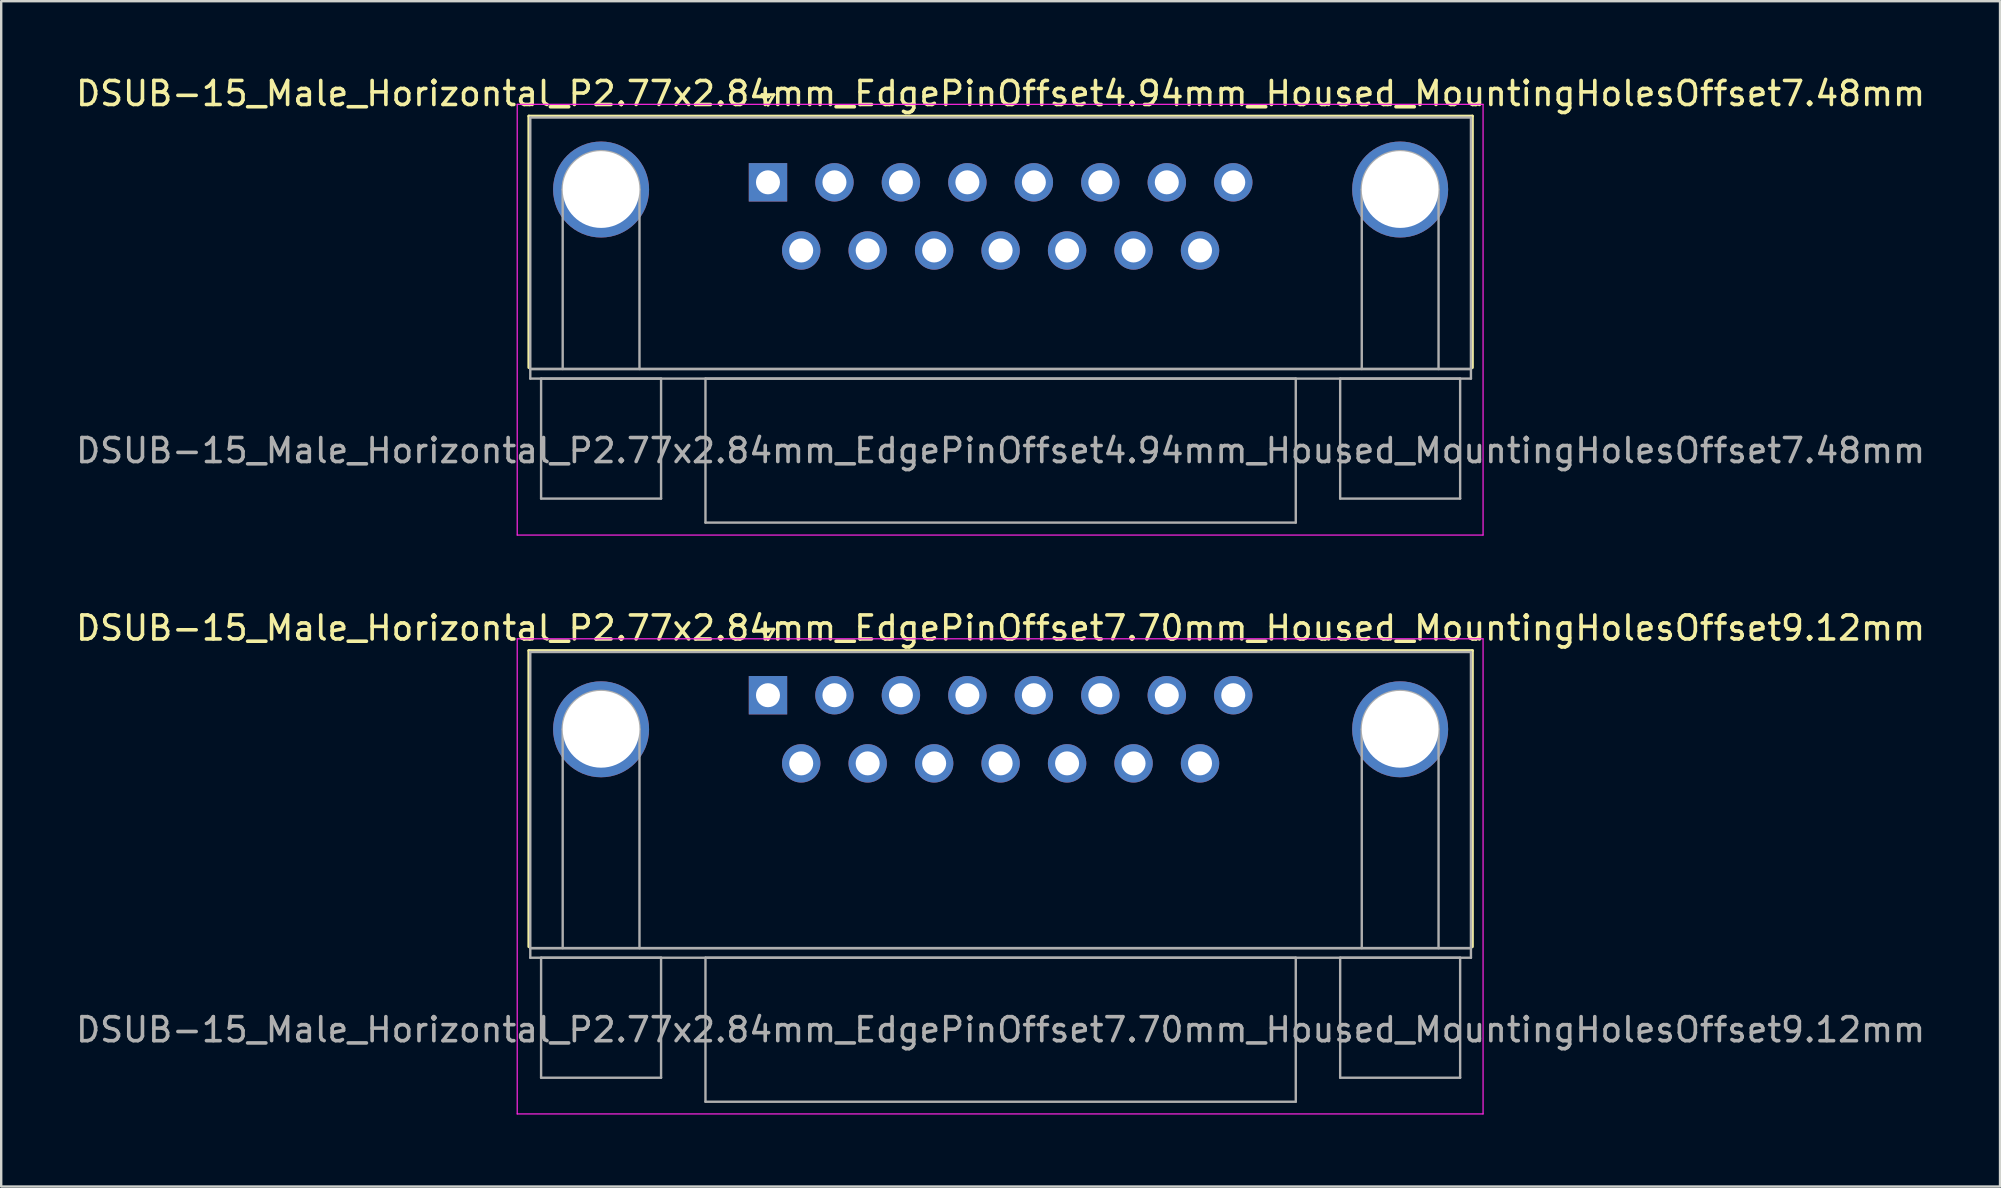
<source format=kicad_pcb>
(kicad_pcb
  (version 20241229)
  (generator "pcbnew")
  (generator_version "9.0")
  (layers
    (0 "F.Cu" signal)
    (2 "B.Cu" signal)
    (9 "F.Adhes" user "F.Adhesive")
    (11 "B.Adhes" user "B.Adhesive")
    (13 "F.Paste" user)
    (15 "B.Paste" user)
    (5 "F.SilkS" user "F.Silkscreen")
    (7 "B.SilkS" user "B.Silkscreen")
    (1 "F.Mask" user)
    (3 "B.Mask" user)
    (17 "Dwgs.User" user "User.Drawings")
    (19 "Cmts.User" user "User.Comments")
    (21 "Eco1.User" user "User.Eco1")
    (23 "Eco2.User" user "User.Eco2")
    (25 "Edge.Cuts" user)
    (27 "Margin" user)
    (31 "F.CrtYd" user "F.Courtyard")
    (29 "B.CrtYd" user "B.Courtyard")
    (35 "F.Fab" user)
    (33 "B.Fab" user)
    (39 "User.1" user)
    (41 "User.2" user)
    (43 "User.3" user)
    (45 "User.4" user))
  (footprint "DSUB-15_Male_Horizontal_P2.77x2.84mm_EdgePinOffset7.70mm_Housed_MountingHolesOffset9.12mm"
    (layer "F.Cu")
    (at 28.954 25.922)
    (property "Reference" "DSUB-15_Male_Horizontal_P2.77x2.84mm_EdgePinOffset7.70mm_Housed_MountingHolesOffset9.12mm" (at 9.695 -2.8 0) (layer "F.SilkS") (effects (font (size 1 1) (thickness 0.15))))
    (attr through_hole)
    (fp_line (start -9.965 -1.86) (end 29.355 -1.86) (stroke (width 0.12) (type solid)) (layer "F.SilkS"))
    (fp_line (start -9.965 10.48) (end -9.965 -1.86) (stroke (width 0.12) (type solid)) (layer "F.SilkS"))
    (fp_line (start -0.25 -2.754) (end 0.25 -2.754) (stroke (width 0.12) (type solid)) (layer "F.SilkS"))
    (fp_line (start 0 -2.321) (end -0.25 -2.754) (stroke (width 0.12) (type solid)) (layer "F.SilkS"))
    (fp_line (start 0.25 -2.754) (end 0 -2.321) (stroke (width 0.12) (type solid)) (layer "F.SilkS"))
    (fp_line (start 29.355 -1.86) (end 29.355 10.48) (stroke (width 0.12) (type solid)) (layer "F.SilkS"))
    (fp_line (start -10.45 -2.35) (end -10.45 17.45) (stroke (width 0.05) (type solid)) (layer "F.CrtYd"))
    (fp_line (start -10.45 17.45) (end 29.8 17.45) (stroke (width 0.05) (type solid)) (layer "F.CrtYd"))
    (fp_line (start 29.8 -2.35) (end -10.45 -2.35) (stroke (width 0.05) (type solid)) (layer "F.CrtYd"))
    (fp_line (start 29.8 17.45) (end 29.8 -2.35) (stroke (width 0.05) (type solid)) (layer "F.CrtYd"))
    (fp_line (start -9.905 -1.8) (end -9.905 10.54) (stroke (width 0.1) (type solid)) (layer "F.Fab"))
    (fp_line (start -9.905 10.54) (end -9.905 10.94) (stroke (width 0.1) (type solid)) (layer "F.Fab"))
    (fp_line (start -9.905 10.54) (end 29.295 10.54) (stroke (width 0.1) (type solid)) (layer "F.Fab"))
    (fp_line (start -9.905 10.94) (end 29.295 10.94) (stroke (width 0.1) (type solid)) (layer "F.Fab"))
    (fp_line (start -9.455 10.94) (end -9.455 15.94) (stroke (width 0.1) (type solid)) (layer "F.Fab"))
    (fp_line (start -9.455 15.94) (end -4.455 15.94) (stroke (width 0.1) (type solid)) (layer "F.Fab"))
    (fp_line (start -8.555 10.54) (end -8.555 1.42) (stroke (width 0.1) (type solid)) (layer "F.Fab"))
    (fp_line (start -5.355 10.54) (end -5.355 1.42) (stroke (width 0.1) (type solid)) (layer "F.Fab"))
    (fp_line (start -4.455 10.94) (end -9.455 10.94) (stroke (width 0.1) (type solid)) (layer "F.Fab"))
    (fp_line (start -4.455 15.94) (end -4.455 10.94) (stroke (width 0.1) (type solid)) (layer "F.Fab"))
    (fp_line (start -2.605 10.94) (end -2.605 16.94) (stroke (width 0.1) (type solid)) (layer "F.Fab"))
    (fp_line (start -2.605 16.94) (end 21.995 16.94) (stroke (width 0.1) (type solid)) (layer "F.Fab"))
    (fp_line (start 21.995 10.94) (end -2.605 10.94) (stroke (width 0.1) (type solid)) (layer "F.Fab"))
    (fp_line (start 21.995 16.94) (end 21.995 10.94) (stroke (width 0.1) (type solid)) (layer "F.Fab"))
    (fp_line (start 23.845 10.94) (end 23.845 15.94) (stroke (width 0.1) (type solid)) (layer "F.Fab"))
    (fp_line (start 23.845 15.94) (end 28.845 15.94) (stroke (width 0.1) (type solid)) (layer "F.Fab"))
    (fp_line (start 24.745 10.54) (end 24.745 1.42) (stroke (width 0.1) (type solid)) (layer "F.Fab"))
    (fp_line (start 27.945 10.54) (end 27.945 1.42) (stroke (width 0.1) (type solid)) (layer "F.Fab"))
    (fp_line (start 28.845 10.94) (end 23.845 10.94) (stroke (width 0.1) (type solid)) (layer "F.Fab"))
    (fp_line (start 28.845 15.94) (end 28.845 10.94) (stroke (width 0.1) (type solid)) (layer "F.Fab"))
    (fp_line (start 29.295 -1.8) (end -9.905 -1.8) (stroke (width 0.1) (type solid)) (layer "F.Fab"))
    (fp_line (start 29.295 10.54) (end -9.905 10.54) (stroke (width 0.1) (type solid)) (layer "F.Fab"))
    (fp_line (start 29.295 10.54) (end 29.295 -1.8) (stroke (width 0.1) (type solid)) (layer "F.Fab"))
    (fp_line (start 29.295 10.94) (end 29.295 10.54) (stroke (width 0.1) (type solid)) (layer "F.Fab"))
    (fp_arc (start -8.555 1.42) (mid -6.955 -0.18) (end -5.355 1.42) (stroke (width 0.1) (type solid)) (layer "F.Fab"))
    (fp_arc (start 24.745 1.42) (mid 26.345 -0.18) (end 27.945 1.42) (stroke (width 0.1) (type solid)) (layer "F.Fab"))
    (fp_text user "${REFERENCE}" (at 9.695 13.94 0) (layer "F.Fab") (effects (font (size 1 1) (thickness 0.15))))
    (pad "0" thru_hole circle (at -6.955 1.42) (size 4 4) (drill 3.2) (layers "*.Cu" "*.Mask"))
    (pad "0" thru_hole circle (at 26.345 1.42) (size 4 4) (drill 3.2) (layers "*.Cu" "*.Mask"))
    (pad "1" thru_hole rect (at 0 0) (size 1.6 1.6) (drill 1) (layers "*.Cu" "*.Mask"))
    (pad "2" thru_hole circle (at 2.77 0) (size 1.6 1.6) (drill 1) (layers "*.Cu" "*.Mask"))
    (pad "3" thru_hole circle (at 5.54 0) (size 1.6 1.6) (drill 1) (layers "*.Cu" "*.Mask"))
    (pad "4" thru_hole circle (at 8.31 0) (size 1.6 1.6) (drill 1) (layers "*.Cu" "*.Mask"))
    (pad "5" thru_hole circle (at 11.08 0) (size 1.6 1.6) (drill 1) (layers "*.Cu" "*.Mask"))
    (pad "6" thru_hole circle (at 13.85 0) (size 1.6 1.6) (drill 1) (layers "*.Cu" "*.Mask"))
    (pad "7" thru_hole circle (at 16.62 0) (size 1.6 1.6) (drill 1) (layers "*.Cu" "*.Mask"))
    (pad "8" thru_hole circle (at 19.39 0) (size 1.6 1.6) (drill 1) (layers "*.Cu" "*.Mask"))
    (pad "9" thru_hole circle (at 1.385 2.84) (size 1.6 1.6) (drill 1) (layers "*.Cu" "*.Mask"))
    (pad "10" thru_hole circle (at 4.155 2.84) (size 1.6 1.6) (drill 1) (layers "*.Cu" "*.Mask"))
    (pad "11" thru_hole circle (at 6.925 2.84) (size 1.6 1.6) (drill 1) (layers "*.Cu" "*.Mask"))
    (pad "12" thru_hole circle (at 9.695 2.84) (size 1.6 1.6) (drill 1) (layers "*.Cu" "*.Mask"))
    (pad "13" thru_hole circle (at 12.465 2.84) (size 1.6 1.6) (drill 1) (layers "*.Cu" "*.Mask"))
    (pad "14" thru_hole circle (at 15.235 2.84) (size 1.6 1.6) (drill 1) (layers "*.Cu" "*.Mask"))
    (pad "15" thru_hole circle (at 18.005 2.84) (size 1.6 1.6) (drill 1) (layers "*.Cu" "*.Mask")))
  (footprint "DSUB-15_Male_Horizontal_P2.77x2.84mm_EdgePinOffset4.94mm_Housed_MountingHolesOffset7.48mm"
    (layer "F.Cu")
    (at 28.954 4.548)
    (property "Reference" "DSUB-15_Male_Horizontal_P2.77x2.84mm_EdgePinOffset4.94mm_Housed_MountingHolesOffset7.48mm" (at 9.695 -3.7 0) (layer "F.SilkS") (effects (font (size 1 1) (thickness 0.15))))
    (attr through_hole)
    (fp_line (start -9.965 -2.76) (end 29.355 -2.76) (stroke (width 0.12) (type solid)) (layer "F.SilkS"))
    (fp_line (start -9.965 7.72) (end -9.965 -2.76) (stroke (width 0.12) (type solid)) (layer "F.SilkS"))
    (fp_line (start -0.25 -3.654) (end 0.25 -3.654) (stroke (width 0.12) (type solid)) (layer "F.SilkS"))
    (fp_line (start 0 -3.221) (end -0.25 -3.654) (stroke (width 0.12) (type solid)) (layer "F.SilkS"))
    (fp_line (start 0.25 -3.654) (end 0 -3.221) (stroke (width 0.12) (type solid)) (layer "F.SilkS"))
    (fp_line (start 29.355 -2.76) (end 29.355 7.72) (stroke (width 0.12) (type solid)) (layer "F.SilkS"))
    (fp_line (start -10.45 -3.25) (end -10.45 14.7) (stroke (width 0.05) (type solid)) (layer "F.CrtYd"))
    (fp_line (start -10.45 14.7) (end 29.8 14.7) (stroke (width 0.05) (type solid)) (layer "F.CrtYd"))
    (fp_line (start 29.8 -3.25) (end -10.45 -3.25) (stroke (width 0.05) (type solid)) (layer "F.CrtYd"))
    (fp_line (start 29.8 14.7) (end 29.8 -3.25) (stroke (width 0.05) (type solid)) (layer "F.CrtYd"))
    (fp_line (start -9.905 -2.7) (end -9.905 7.78) (stroke (width 0.1) (type solid)) (layer "F.Fab"))
    (fp_line (start -9.905 7.78) (end -9.905 8.18) (stroke (width 0.1) (type solid)) (layer "F.Fab"))
    (fp_line (start -9.905 7.78) (end 29.295 7.78) (stroke (width 0.1) (type solid)) (layer "F.Fab"))
    (fp_line (start -9.905 8.18) (end 29.295 8.18) (stroke (width 0.1) (type solid)) (layer "F.Fab"))
    (fp_line (start -9.455 8.18) (end -9.455 13.18) (stroke (width 0.1) (type solid)) (layer "F.Fab"))
    (fp_line (start -9.455 13.18) (end -4.455 13.18) (stroke (width 0.1) (type solid)) (layer "F.Fab"))
    (fp_line (start -8.555 7.78) (end -8.555 0.3) (stroke (width 0.1) (type solid)) (layer "F.Fab"))
    (fp_line (start -5.355 7.78) (end -5.355 0.3) (stroke (width 0.1) (type solid)) (layer "F.Fab"))
    (fp_line (start -4.455 8.18) (end -9.455 8.18) (stroke (width 0.1) (type solid)) (layer "F.Fab"))
    (fp_line (start -4.455 13.18) (end -4.455 8.18) (stroke (width 0.1) (type solid)) (layer "F.Fab"))
    (fp_line (start -2.605 8.18) (end -2.605 14.18) (stroke (width 0.1) (type solid)) (layer "F.Fab"))
    (fp_line (start -2.605 14.18) (end 21.995 14.18) (stroke (width 0.1) (type solid)) (layer "F.Fab"))
    (fp_line (start 21.995 8.18) (end -2.605 8.18) (stroke (width 0.1) (type solid)) (layer "F.Fab"))
    (fp_line (start 21.995 14.18) (end 21.995 8.18) (stroke (width 0.1) (type solid)) (layer "F.Fab"))
    (fp_line (start 23.845 8.18) (end 23.845 13.18) (stroke (width 0.1) (type solid)) (layer "F.Fab"))
    (fp_line (start 23.845 13.18) (end 28.845 13.18) (stroke (width 0.1) (type solid)) (layer "F.Fab"))
    (fp_line (start 24.745 7.78) (end 24.745 0.3) (stroke (width 0.1) (type solid)) (layer "F.Fab"))
    (fp_line (start 27.945 7.78) (end 27.945 0.3) (stroke (width 0.1) (type solid)) (layer "F.Fab"))
    (fp_line (start 28.845 8.18) (end 23.845 8.18) (stroke (width 0.1) (type solid)) (layer "F.Fab"))
    (fp_line (start 28.845 13.18) (end 28.845 8.18) (stroke (width 0.1) (type solid)) (layer "F.Fab"))
    (fp_line (start 29.295 -2.7) (end -9.905 -2.7) (stroke (width 0.1) (type solid)) (layer "F.Fab"))
    (fp_line (start 29.295 7.78) (end -9.905 7.78) (stroke (width 0.1) (type solid)) (layer "F.Fab"))
    (fp_line (start 29.295 7.78) (end 29.295 -2.7) (stroke (width 0.1) (type solid)) (layer "F.Fab"))
    (fp_line (start 29.295 8.18) (end 29.295 7.78) (stroke (width 0.1) (type solid)) (layer "F.Fab"))
    (fp_arc (start -8.555 0.3) (mid -6.955 -1.3) (end -5.355 0.3) (stroke (width 0.1) (type solid)) (layer "F.Fab"))
    (fp_arc (start 24.745 0.3) (mid 26.345 -1.3) (end 27.945 0.3) (stroke (width 0.1) (type solid)) (layer "F.Fab"))
    (fp_text user "${REFERENCE}" (at 9.695 11.18 0) (layer "F.Fab") (effects (font (size 1 1) (thickness 0.15))))
    (pad "0" thru_hole circle (at -6.955 0.3) (size 4 4) (drill 3.2) (layers "*.Cu" "*.Mask"))
    (pad "0" thru_hole circle (at 26.345 0.3) (size 4 4) (drill 3.2) (layers "*.Cu" "*.Mask"))
    (pad "1" thru_hole rect (at 0 0) (size 1.6 1.6) (drill 1) (layers "*.Cu" "*.Mask"))
    (pad "2" thru_hole circle (at 2.77 0) (size 1.6 1.6) (drill 1) (layers "*.Cu" "*.Mask"))
    (pad "3" thru_hole circle (at 5.54 0) (size 1.6 1.6) (drill 1) (layers "*.Cu" "*.Mask"))
    (pad "4" thru_hole circle (at 8.31 0) (size 1.6 1.6) (drill 1) (layers "*.Cu" "*.Mask"))
    (pad "5" thru_hole circle (at 11.08 0) (size 1.6 1.6) (drill 1) (layers "*.Cu" "*.Mask"))
    (pad "6" thru_hole circle (at 13.85 0) (size 1.6 1.6) (drill 1) (layers "*.Cu" "*.Mask"))
    (pad "7" thru_hole circle (at 16.62 0) (size 1.6 1.6) (drill 1) (layers "*.Cu" "*.Mask"))
    (pad "8" thru_hole circle (at 19.39 0) (size 1.6 1.6) (drill 1) (layers "*.Cu" "*.Mask"))
    (pad "9" thru_hole circle (at 1.385 2.84) (size 1.6 1.6) (drill 1) (layers "*.Cu" "*.Mask"))
    (pad "10" thru_hole circle (at 4.155 2.84) (size 1.6 1.6) (drill 1) (layers "*.Cu" "*.Mask"))
    (pad "11" thru_hole circle (at 6.925 2.84) (size 1.6 1.6) (drill 1) (layers "*.Cu" "*.Mask"))
    (pad "12" thru_hole circle (at 9.695 2.84) (size 1.6 1.6) (drill 1) (layers "*.Cu" "*.Mask"))
    (pad "13" thru_hole circle (at 12.465 2.84) (size 1.6 1.6) (drill 1) (layers "*.Cu" "*.Mask"))
    (pad "14" thru_hole circle (at 15.235 2.84) (size 1.6 1.6) (drill 1) (layers "*.Cu" "*.Mask"))
    (pad "15" thru_hole circle (at 18.005 2.84) (size 1.6 1.6) (drill 1) (layers "*.Cu" "*.Mask")))
  (gr_rect
    (start -3 -3)
    (end 80.298 46.397)
    (stroke (width 0.1) (type default))
    (fill no)
    (layer "Edge.Cuts")))
</source>
